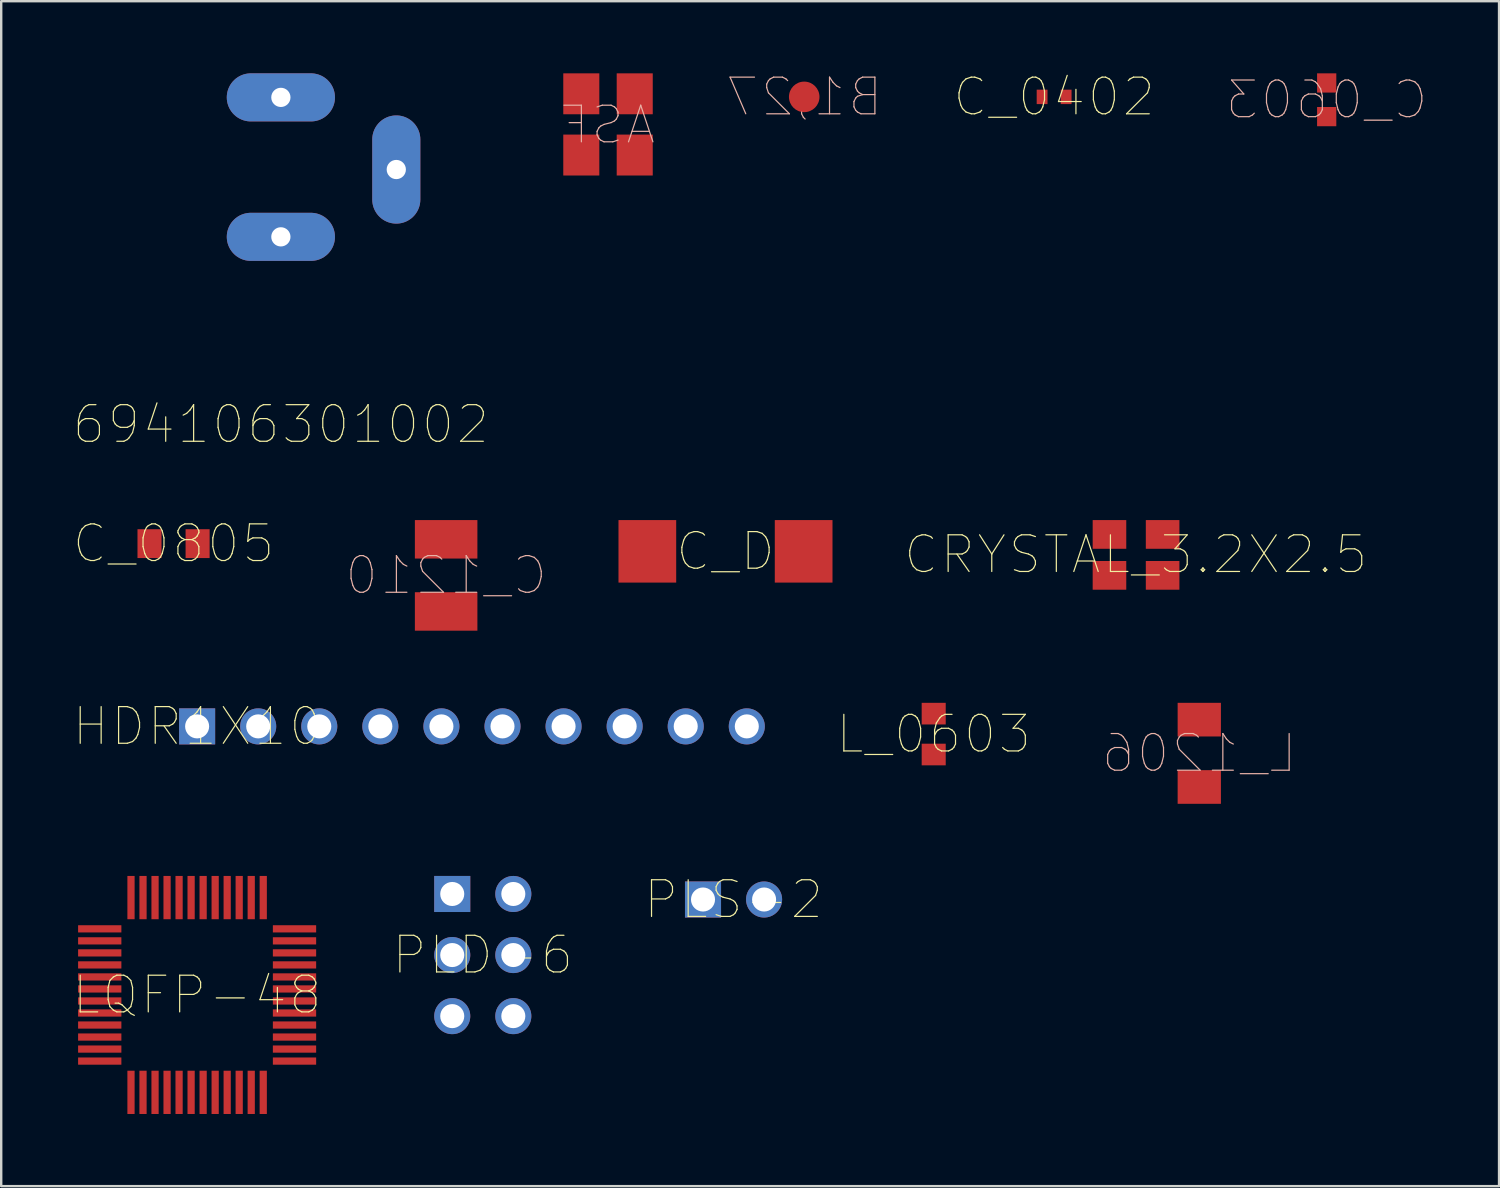
<source format=kicad_pcb>
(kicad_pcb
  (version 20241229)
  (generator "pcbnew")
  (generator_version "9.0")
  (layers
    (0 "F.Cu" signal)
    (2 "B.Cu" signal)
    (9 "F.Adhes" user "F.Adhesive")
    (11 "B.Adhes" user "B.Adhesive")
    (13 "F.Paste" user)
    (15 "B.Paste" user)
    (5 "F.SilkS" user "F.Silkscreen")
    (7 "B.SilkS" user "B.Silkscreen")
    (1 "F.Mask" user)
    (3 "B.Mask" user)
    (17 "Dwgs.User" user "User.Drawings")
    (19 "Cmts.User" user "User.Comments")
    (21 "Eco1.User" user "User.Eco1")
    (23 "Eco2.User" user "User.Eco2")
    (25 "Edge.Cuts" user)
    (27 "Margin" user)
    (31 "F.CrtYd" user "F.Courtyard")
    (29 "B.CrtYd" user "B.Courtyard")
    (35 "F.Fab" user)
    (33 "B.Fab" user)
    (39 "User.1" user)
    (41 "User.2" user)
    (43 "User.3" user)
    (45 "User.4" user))
  (footprint "C_0805"
    (layer "F.Cu")
    (at 4.168 19.559)
    (property "Reference" "C_0805" (at 0 0 0) (layer "F.SilkS") (effects (font (size 1.524 1.524) (thickness 0.05))))
    (attr smd)
    (pad "1" smd rect (at -1 0) (size 1 1.2) (layers "F.Cu" "F.Mask" "F.Paste"))
    (pad "2" smd rect (at 1 0) (size 1 1.2) (layers "F.Cu" "F.Mask" "F.Paste")))
  (footprint "L_1206"
    (layer "F.Cu")
    (at 46.826 28.279)
    (property "Reference" "L_1206" (at 0 0 0) (layer "B.SilkS") (effects (font (size 1.524 1.524) (thickness 0.05)) (justify mirror)))
    (attr smd)
    (pad "1" smd rect (at 0 -1.4) (size 1.8 1.4) (layers "F.Cu" "F.Mask" "F.Paste"))
    (pad "2" smd rect (at 0 1.4) (size 1.8 1.4) (layers "F.Cu" "F.Mask" "F.Paste")))
  (footprint "L_0603"
    (layer "F.Cu")
    (at 35.781 27.479)
    (property "Reference" "L_0603" (at 0 0 0) (layer "F.SilkS") (effects (font (size 1.524 1.524) (thickness 0.05))))
    (attr smd)
    (pad "1" smd rect (at 0 -0.85) (size 1 0.9) (layers "F.Cu" "F.Mask" "F.Paste"))
    (pad "2" smd rect (at 0 0.85) (size 1 0.9) (layers "F.Cu" "F.Mask" "F.Paste")))
  (footprint "CRYSTAL_3.2X2.5"
    (layer "F.Cu")
    (at 44.183 20.014)
    (property "Reference" "CRYSTAL_3.2X2.5" (at 0 0 0) (layer "F.SilkS") (effects (font (size 1.524 1.524) (thickness 0.05))))
    (attr smd)
    (pad "1" smd rect (at 1.118 -0.838 180) (size 1.397 1.194) (layers "F.Cu" "F.Mask" "F.Paste"))
    (pad "2" smd rect (at -1.092 -0.838 180) (size 1.397 1.194) (layers "F.Cu" "F.Mask" "F.Paste"))
    (pad "3" smd rect (at -1.092 0.864) (size 1.397 1.194) (layers "F.Cu" "F.Mask" "F.Paste"))
    (pad "4" smd rect (at 1.118 0.864) (size 1.397 1.194) (layers "F.Cu" "F.Mask" "F.Paste")))
  (footprint "B1,27"
    (layer "F.Cu")
    (at 30.396 0.979)
    (property "Reference" "B1,27" (at 0 0 0) (layer "B.SilkS") (effects (font (size 1.524 1.524) (thickness 0.05)) (justify mirror)))
    (attr smd)
    (pad "TP" smd circle (at 0 0) (size 1.27 1.27) (layers "F.Cu" "F.Mask" "F.Paste")))
  (footprint "C_1210"
    (layer "F.Cu")
    (at 15.504 20.879)
    (property "Reference" "C_1210" (at 0 0 0) (layer "B.SilkS") (effects (font (size 1.524 1.524) (thickness 0.05)) (justify mirror)))
    (attr smd)
    (pad "1" smd rect (at 0 -1.5 270) (size 1.6 2.6) (layers "F.Cu" "F.Mask" "F.Paste"))
    (pad "2" smd rect (at 0 1.5 270) (size 1.6 2.6) (layers "F.Cu" "F.Mask" "F.Paste")))
  (footprint "PLS-2"
    (layer "F.Cu")
    (at 27.457 34.359)
    (property "Reference" "PLS-2" (at 0 0 0) (layer "F.SilkS") (effects (font (size 1.524 1.524) (thickness 0.05))))
    (attr smd)
    (pad "1" thru_hole rect (at -1.27 0) (size 1.5 1.5) (drill 1) (layers "*.Cu" "*.Paste" "*.Mask"))
    (pad "2" thru_hole circle (at 1.27 0) (size 1.5 1.5) (drill 1) (layers "*.Cu" "*.Paste" "*.Mask")))
  (footprint "C_0402"
    (layer "F.Cu")
    (at 40.789 0.979)
    (property "Reference" "C_0402" (at 0 0 0) (layer "F.SilkS") (effects (font (size 1.524 1.524) (thickness 0.05))))
    (attr smd)
    (pad "1" smd rect (at -0.5 0) (size 0.45 0.6) (layers "F.Cu" "F.Mask" "F.Paste"))
    (pad "2" smd rect (at 0.5 0) (size 0.45 0.6) (layers "F.Cu" "F.Mask" "F.Paste")))
  (footprint "C_D"
    (layer "F.Cu")
    (at 27.122 19.879)
    (property "Reference" "C_D" (at 0 0 0) (layer "F.SilkS") (effects (font (size 1.524 1.524) (thickness 0.05))))
    (attr smd)
    (pad "1" smd rect (at 3.25 0 180) (size 2.4 2.6) (layers "F.Cu" "F.Mask" "F.Paste"))
    (pad "2" smd rect (at -3.25 0 180) (size 2.4 2.6) (layers "F.Cu" "F.Mask" "F.Paste")))
  (footprint "LQFP-48"
    (layer "F.Cu")
    (at 5.148 38.329)
    (property "Reference" "LQFP-48" (at 0 0 0) (layer "F.SilkS") (effects (font (size 1.524 1.524) (thickness 0.05))))
    (attr smd)
    (pad "1" smd rect (at -2.75 4.05 180) (size 0.3 1.8) (layers "F.Cu" "F.Mask" "F.Paste"))
    (pad "2" smd rect (at -2.25 4.05 180) (size 0.3 1.8) (layers "F.Cu" "F.Mask" "F.Paste"))
    (pad "3" smd rect (at -1.75 4.05 180) (size 0.3 1.8) (layers "F.Cu" "F.Mask" "F.Paste"))
    (pad "4" smd rect (at -1.25 4.05 180) (size 0.3 1.8) (layers "F.Cu" "F.Mask" "F.Paste"))
    (pad "5" smd rect (at -0.75 4.05 180) (size 0.3 1.8) (layers "F.Cu" "F.Mask" "F.Paste"))
    (pad "6" smd rect (at -0.25 4.05 180) (size 0.3 1.8) (layers "F.Cu" "F.Mask" "F.Paste"))
    (pad "7" smd rect (at 0.25 4.05 180) (size 0.3 1.8) (layers "F.Cu" "F.Mask" "F.Paste"))
    (pad "8" smd rect (at 0.75 4.05 180) (size 0.3 1.8) (layers "F.Cu" "F.Mask" "F.Paste"))
    (pad "9" smd rect (at 1.25 4.05 180) (size 0.3 1.8) (layers "F.Cu" "F.Mask" "F.Paste"))
    (pad "10" smd rect (at 1.75 4.05 180) (size 0.3 1.8) (layers "F.Cu" "F.Mask" "F.Paste"))
    (pad "11" smd rect (at 2.25 4.05 180) (size 0.3 1.8) (layers "F.Cu" "F.Mask" "F.Paste"))
    (pad "12" smd rect (at 2.75 4.05 180) (size 0.3 1.8) (layers "F.Cu" "F.Mask" "F.Paste"))
    (pad "13" smd rect (at 4.05 2.75 90) (size 0.3 1.8) (layers "F.Cu" "F.Mask" "F.Paste"))
    (pad "14" smd rect (at 4.05 2.25 90) (size 0.3 1.8) (layers "F.Cu" "F.Mask" "F.Paste"))
    (pad "15" smd rect (at 4.05 1.75 90) (size 0.3 1.8) (layers "F.Cu" "F.Mask" "F.Paste"))
    (pad "16" smd rect (at 4.05 1.25 90) (size 0.3 1.8) (layers "F.Cu" "F.Mask" "F.Paste"))
    (pad "17" smd rect (at 4.05 0.75 90) (size 0.3 1.8) (layers "F.Cu" "F.Mask" "F.Paste"))
    (pad "18" smd rect (at 4.05 0.25 90) (size 0.3 1.8) (layers "F.Cu" "F.Mask" "F.Paste"))
    (pad "19" smd rect (at 4.05 -0.25 90) (size 0.3 1.8) (layers "F.Cu" "F.Mask" "F.Paste"))
    (pad "20" smd rect (at 4.05 -0.75 90) (size 0.3 1.8) (layers "F.Cu" "F.Mask" "F.Paste"))
    (pad "21" smd rect (at 4.05 -1.25 90) (size 0.3 1.8) (layers "F.Cu" "F.Mask" "F.Paste"))
    (pad "22" smd rect (at 4.05 -1.75 90) (size 0.3 1.8) (layers "F.Cu" "F.Mask" "F.Paste"))
    (pad "23" smd rect (at 4.05 -2.25 90) (size 0.3 1.8) (layers "F.Cu" "F.Mask" "F.Paste"))
    (pad "24" smd rect (at 4.05 -2.75 90) (size 0.3 1.8) (layers "F.Cu" "F.Mask" "F.Paste"))
    (pad "25" smd rect (at 2.75 -4.05 180) (size 0.3 1.8) (layers "F.Cu" "F.Mask" "F.Paste"))
    (pad "26" smd rect (at 2.25 -4.05 180) (size 0.3 1.8) (layers "F.Cu" "F.Mask" "F.Paste"))
    (pad "27" smd rect (at 1.75 -4.05 180) (size 0.3 1.8) (layers "F.Cu" "F.Mask" "F.Paste"))
    (pad "28" smd rect (at 1.25 -4.05 180) (size 0.3 1.8) (layers "F.Cu" "F.Mask" "F.Paste"))
    (pad "29" smd rect (at 0.75 -4.05 180) (size 0.3 1.8) (layers "F.Cu" "F.Mask" "F.Paste"))
    (pad "30" smd rect (at 0.25 -4.05 180) (size 0.3 1.8) (layers "F.Cu" "F.Mask" "F.Paste"))
    (pad "31" smd rect (at -0.25 -4.05 180) (size 0.3 1.8) (layers "F.Cu" "F.Mask" "F.Paste"))
    (pad "32" smd rect (at -0.75 -4.05 180) (size 0.3 1.8) (layers "F.Cu" "F.Mask" "F.Paste"))
    (pad "33" smd rect (at -1.25 -4.05 180) (size 0.3 1.8) (layers "F.Cu" "F.Mask" "F.Paste"))
    (pad "34" smd rect (at -1.75 -4.05 180) (size 0.3 1.8) (layers "F.Cu" "F.Mask" "F.Paste"))
    (pad "35" smd rect (at -2.25 -4.05 180) (size 0.3 1.8) (layers "F.Cu" "F.Mask" "F.Paste"))
    (pad "36" smd rect (at -2.75 -4.05 180) (size 0.3 1.8) (layers "F.Cu" "F.Mask" "F.Paste"))
    (pad "37" smd rect (at -4.05 -2.75 90) (size 0.3 1.8) (layers "F.Cu" "F.Mask" "F.Paste"))
    (pad "38" smd rect (at -4.05 -2.25 90) (size 0.3 1.8) (layers "F.Cu" "F.Mask" "F.Paste"))
    (pad "39" smd rect (at -4.05 -1.75 90) (size 0.3 1.8) (layers "F.Cu" "F.Mask" "F.Paste"))
    (pad "40" smd rect (at -4.05 -1.25 90) (size 0.3 1.8) (layers "F.Cu" "F.Mask" "F.Paste"))
    (pad "41" smd rect (at -4.05 -0.75 90) (size 0.3 1.8) (layers "F.Cu" "F.Mask" "F.Paste"))
    (pad "42" smd rect (at -4.05 -0.25 90) (size 0.3 1.8) (layers "F.Cu" "F.Mask" "F.Paste"))
    (pad "43" smd rect (at -4.05 0.25 90) (size 0.3 1.8) (layers "F.Cu" "F.Mask" "F.Paste"))
    (pad "44" smd rect (at -4.05 0.75 90) (size 0.3 1.8) (layers "F.Cu" "F.Mask" "F.Paste"))
    (pad "45" smd rect (at -4.05 1.25 90) (size 0.3 1.8) (layers "F.Cu" "F.Mask" "F.Paste"))
    (pad "46" smd rect (at -4.05 1.75 90) (size 0.3 1.8) (layers "F.Cu" "F.Mask" "F.Paste"))
    (pad "47" smd rect (at -4.05 2.25 90) (size 0.3 1.8) (layers "F.Cu" "F.Mask" "F.Paste"))
    (pad "48" smd rect (at -4.05 2.75 90) (size 0.3 1.8) (layers "F.Cu" "F.Mask" "F.Paste")))
  (footprint "694106301002"
    (layer "F.Cu")
    (at 8.631 14.6)
    (property "Reference" "694106301002" (at 0 0 0) (layer "F.SilkS") (effects (font (size 1.524 1.524) (thickness 0.05))))
    (attr smd)
    (pad "1" thru_hole oval (at 0 -13.6 90) (size 2 4.5) (drill 0.8) (layers "*.Cu" "*.Paste" "*.Mask"))
    (pad "2" thru_hole oval (at 0 -7.8 90) (size 2 4.5) (drill 0.8) (layers "*.Cu" "*.Paste" "*.Mask"))
    (pad "3" thru_hole oval (at 4.8 -10.6 90) (size 4.5 2) (drill 0.8) (layers "*.Cu" "*.Paste" "*.Mask")))
  (footprint "C_0603"
    (layer "F.Cu")
    (at 52.125 1.1)
    (property "Reference" "C_0603" (at 0 0 0) (layer "B.SilkS") (effects (font (size 1.524 1.524) (thickness 0.05)) (justify mirror)))
    (attr smd)
    (pad "1" smd rect (at 0 -0.7 270) (size 0.8 0.8) (layers "F.Cu" "F.Mask" "F.Paste"))
    (pad "2" smd rect (at 0 0.7 270) (size 0.8 0.8) (layers "F.Cu" "F.Mask" "F.Paste")))
  (footprint "PLD-6"
    (layer "F.Cu")
    (at 17.028 36.669)
    (property "Reference" "PLD-6" (at 0 0 0) (layer "F.SilkS") (effects (font (size 1.524 1.524) (thickness 0.05))))
    (attr smd)
    (pad "1" thru_hole rect (at -1.27 -2.54 270) (size 1.5 1.5) (drill 1) (layers "*.Cu" "*.Paste" "*.Mask"))
    (pad "2" thru_hole circle (at 1.27 -2.54 270) (size 1.5 1.5) (drill 1) (layers "*.Cu" "*.Paste" "*.Mask"))
    (pad "3" thru_hole circle (at -1.27 0 270) (size 1.5 1.5) (drill 1) (layers "*.Cu" "*.Paste" "*.Mask"))
    (pad "4" thru_hole circle (at 1.27 0 270) (size 1.5 1.5) (drill 1) (layers "*.Cu" "*.Paste" "*.Mask"))
    (pad "5" thru_hole circle (at -1.27 2.54 270) (size 1.5 1.5) (drill 1) (layers "*.Cu" "*.Paste" "*.Mask"))
    (pad "6" thru_hole circle (at 1.27 2.54 270) (size 1.5 1.5) (drill 1) (layers "*.Cu" "*.Paste" "*.Mask")))
  (footprint "HDR1X10"
    (layer "F.Cu")
    (at 5.148 27.159)
    (property "Reference" "HDR1X10" (at 0 0 0) (layer "F.SilkS") (effects (font (size 1.524 1.524) (thickness 0.05))))
    (attr smd)
    (pad "1" thru_hole rect (at 0 0) (size 1.5 1.5) (drill 1) (layers "*.Cu" "*.Paste" "*.Mask"))
    (pad "2" thru_hole circle (at 2.54 0) (size 1.5 1.5) (drill 1) (layers "*.Cu" "*.Paste" "*.Mask"))
    (pad "3" thru_hole circle (at 5.08 0) (size 1.5 1.5) (drill 1) (layers "*.Cu" "*.Paste" "*.Mask"))
    (pad "4" thru_hole circle (at 7.62 0) (size 1.5 1.5) (drill 1) (layers "*.Cu" "*.Paste" "*.Mask"))
    (pad "5" thru_hole circle (at 10.16 0) (size 1.5 1.5) (drill 1) (layers "*.Cu" "*.Paste" "*.Mask"))
    (pad "6" thru_hole circle (at 12.7 0) (size 1.5 1.5) (drill 1) (layers "*.Cu" "*.Paste" "*.Mask"))
    (pad "7" thru_hole circle (at 15.24 0) (size 1.5 1.5) (drill 1) (layers "*.Cu" "*.Paste" "*.Mask"))
    (pad "8" thru_hole circle (at 17.78 0) (size 1.5 1.5) (drill 1) (layers "*.Cu" "*.Paste" "*.Mask"))
    (pad "9" thru_hole circle (at 20.32 0) (size 1.5 1.5) (drill 1) (layers "*.Cu" "*.Paste" "*.Mask"))
    (pad "10" thru_hole circle (at 22.86 0) (size 1.5 1.5) (drill 1) (layers "*.Cu" "*.Paste" "*.Mask")))
  (footprint "ASF"
    (layer "F.Cu")
    (at 22.217 2.146)
    (property "Reference" "ASF" (at 0 0 0) (layer "B.SilkS") (effects (font (size 1.524 1.524) (thickness 0.05)) (justify mirror)))
    (attr smd)
    (pad "1" smd rect (at 1.13 1.252 90) (size 1.702 1.499) (layers "F.Cu" "F.Mask" "F.Paste"))
    (pad "2" smd rect (at 1.13 -1.295 90) (size 1.702 1.499) (layers "F.Cu" "F.Mask" "F.Paste"))
    (pad "3" smd rect (at -1.092 -1.295 90) (size 1.702 1.499) (layers "F.Cu" "F.Mask" "F.Paste"))
    (pad "4" smd rect (at -1.092 1.252 90) (size 1.702 1.499) (layers "F.Cu" "F.Mask" "F.Paste")))
  (gr_rect
    (start -3 -3)
    (end 59.293 46.279)
    (stroke (width 0.1) (type default))
    (fill no)
    (layer "Edge.Cuts")))
</source>
